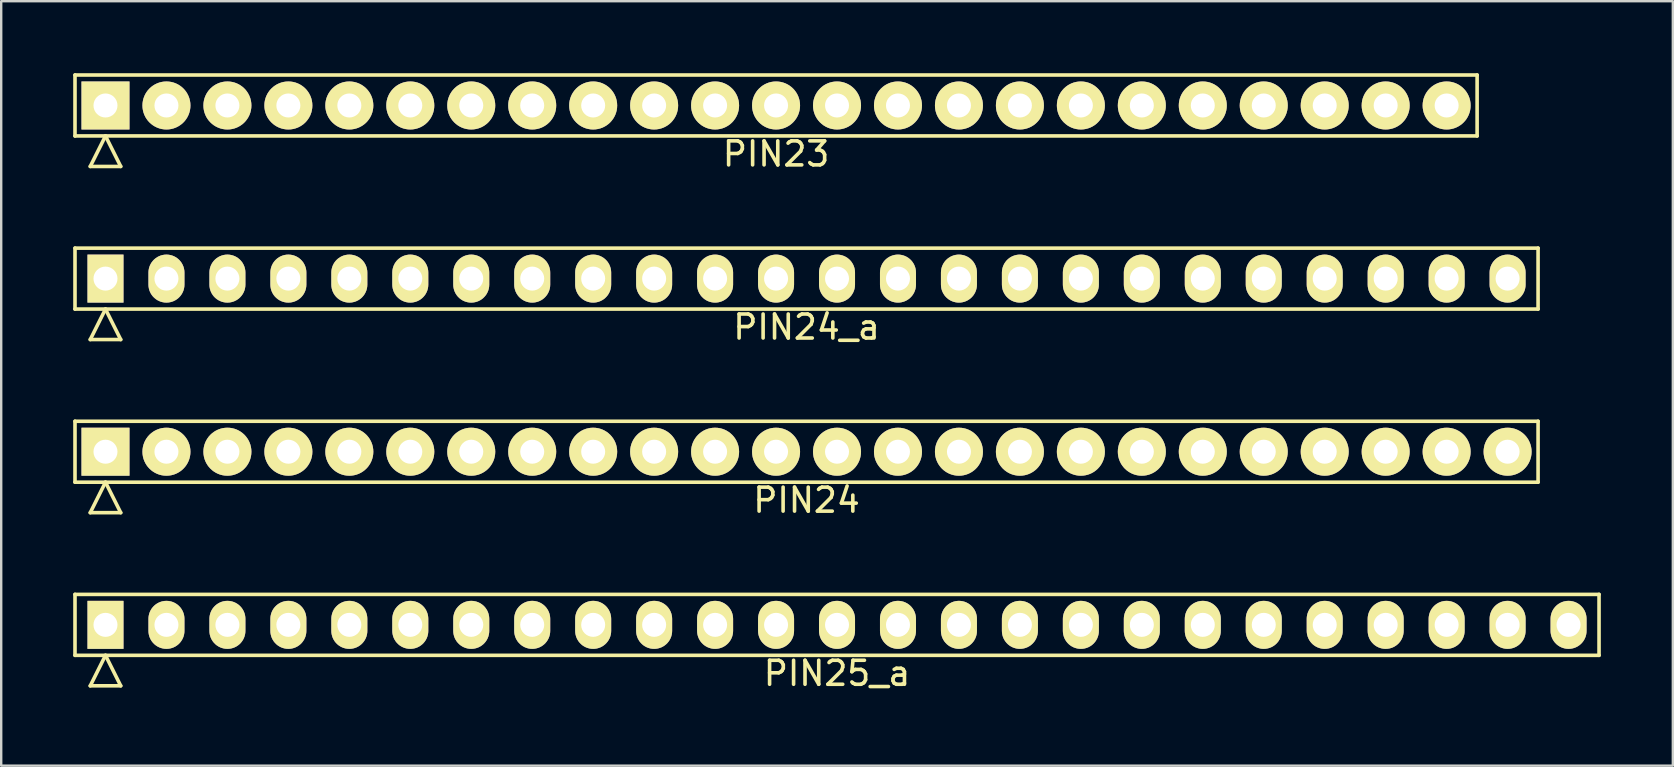
<source format=kicad_pcb>
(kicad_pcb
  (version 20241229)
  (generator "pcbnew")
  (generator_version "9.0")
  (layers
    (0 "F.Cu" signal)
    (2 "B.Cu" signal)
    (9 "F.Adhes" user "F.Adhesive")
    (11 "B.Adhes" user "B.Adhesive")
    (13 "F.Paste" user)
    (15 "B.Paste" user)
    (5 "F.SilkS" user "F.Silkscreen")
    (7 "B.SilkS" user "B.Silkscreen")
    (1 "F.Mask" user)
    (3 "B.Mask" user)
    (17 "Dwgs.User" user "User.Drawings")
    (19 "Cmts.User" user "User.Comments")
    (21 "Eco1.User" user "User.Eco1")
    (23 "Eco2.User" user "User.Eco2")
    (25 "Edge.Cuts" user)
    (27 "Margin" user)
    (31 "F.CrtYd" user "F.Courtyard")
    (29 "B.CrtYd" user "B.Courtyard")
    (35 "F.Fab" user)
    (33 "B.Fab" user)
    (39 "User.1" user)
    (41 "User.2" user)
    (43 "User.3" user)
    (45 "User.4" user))
  (footprint "PIN24"
    (layer "F.Cu")
    (at 30.555 15.771)
    (property "Reference" "PIN24" (at 0 2.02 0) (layer "F.SilkS") (effects (font (size 1 1) (thickness 0.15))))
    (attr through_hole)
    (fp_line (start -30.48 -1.27) (end -30.48 1.27) (stroke (width 0.15) (type solid)) (layer "F.SilkS"))
    (fp_line (start -30.48 1.27) (end 30.48 1.27) (stroke (width 0.15) (type solid)) (layer "F.SilkS"))
    (fp_line (start -29.845 2.54) (end -29.21 1.27) (stroke (width 0.15) (type solid)) (layer "F.SilkS"))
    (fp_line (start -29.845 2.54) (end -28.575 2.54) (stroke (width 0.15) (type solid)) (layer "F.SilkS"))
    (fp_line (start -28.575 2.54) (end -29.21 1.27) (stroke (width 0.15) (type solid)) (layer "F.SilkS"))
    (fp_line (start 30.48 -1.27) (end -30.48 -1.27) (stroke (width 0.15) (type solid)) (layer "F.SilkS"))
    (fp_line (start 30.48 1.27) (end 30.48 -1.27) (stroke (width 0.15) (type solid)) (layer "F.SilkS"))
    (pad "1" thru_hole rect (at -29.21 0) (size 2 2) (drill 1) (layers "*.Cu" "*.Mask" "F.SilkS"))
    (pad "2" thru_hole oval (at -26.67 0) (size 2 2) (drill 1) (layers "*.Cu" "*.Mask" "F.SilkS"))
    (pad "3" thru_hole oval (at -24.13 0) (size 2 2) (drill 1) (layers "*.Cu" "*.Mask" "F.SilkS"))
    (pad "4" thru_hole oval (at -21.59 0) (size 2 2) (drill 1) (layers "*.Cu" "*.Mask" "F.SilkS"))
    (pad "5" thru_hole oval (at -19.05 0) (size 2 2) (drill 1) (layers "*.Cu" "*.Mask" "F.SilkS"))
    (pad "6" thru_hole oval (at -16.51 0) (size 2 2) (drill 1) (layers "*.Cu" "*.Mask" "F.SilkS"))
    (pad "7" thru_hole oval (at -13.97 0) (size 2 2) (drill 1) (layers "*.Cu" "*.Mask" "F.SilkS"))
    (pad "8" thru_hole oval (at -11.43 0) (size 2 2) (drill 1) (layers "*.Cu" "*.Mask" "F.SilkS"))
    (pad "9" thru_hole oval (at -8.89 0) (size 2 2) (drill 1) (layers "*.Cu" "*.Mask" "F.SilkS"))
    (pad "10" thru_hole oval (at -6.35 0) (size 2 2) (drill 1) (layers "*.Cu" "*.Mask" "F.SilkS"))
    (pad "11" thru_hole oval (at -3.81 0) (size 2 2) (drill 1) (layers "*.Cu" "*.Mask" "F.SilkS"))
    (pad "12" thru_hole oval (at -1.27 0) (size 2 2) (drill 1) (layers "*.Cu" "*.Mask" "F.SilkS"))
    (pad "13" thru_hole oval (at 1.27 0) (size 2 2) (drill 1) (layers "*.Cu" "*.Mask" "F.SilkS"))
    (pad "14" thru_hole oval (at 3.81 0) (size 2 2) (drill 1) (layers "*.Cu" "*.Mask" "F.SilkS"))
    (pad "15" thru_hole oval (at 6.35 0) (size 2 2) (drill 1) (layers "*.Cu" "*.Mask" "F.SilkS"))
    (pad "16" thru_hole oval (at 8.89 0) (size 2 2) (drill 1) (layers "*.Cu" "*.Mask" "F.SilkS"))
    (pad "17" thru_hole oval (at 11.43 0) (size 2 2) (drill 1) (layers "*.Cu" "*.Mask" "F.SilkS"))
    (pad "18" thru_hole oval (at 13.97 0) (size 2 2) (drill 1) (layers "*.Cu" "*.Mask" "F.SilkS"))
    (pad "19" thru_hole oval (at 16.51 0) (size 2 2) (drill 1) (layers "*.Cu" "*.Mask" "F.SilkS"))
    (pad "20" thru_hole oval (at 19.05 0) (size 2 2) (drill 1) (layers "*.Cu" "*.Mask" "F.SilkS"))
    (pad "21" thru_hole oval (at 21.59 0) (size 2 2) (drill 1) (layers "*.Cu" "*.Mask" "F.SilkS"))
    (pad "22" thru_hole oval (at 24.13 0) (size 2 2) (drill 1) (layers "*.Cu" "*.Mask" "F.SilkS"))
    (pad "23" thru_hole oval (at 26.67 0) (size 2 2) (drill 1) (layers "*.Cu" "*.Mask" "F.SilkS"))
    (pad "24" thru_hole oval (at 29.21 0) (size 2 2) (drill 1) (layers "*.Cu" "*.Mask" "F.SilkS")))
  (footprint "PIN23"
    (layer "F.Cu")
    (at 29.285 1.345)
    (property "Reference" "PIN23" (at 0 2.02 0) (layer "F.SilkS") (effects (font (size 1 1) (thickness 0.15))))
    (attr through_hole)
    (fp_line (start -29.21 -1.27) (end -29.21 1.27) (stroke (width 0.15) (type solid)) (layer "F.SilkS"))
    (fp_line (start -29.21 1.27) (end 29.21 1.27) (stroke (width 0.15) (type solid)) (layer "F.SilkS"))
    (fp_line (start -28.575 2.54) (end -27.94 1.27) (stroke (width 0.15) (type solid)) (layer "F.SilkS"))
    (fp_line (start -28.575 2.54) (end -27.305 2.54) (stroke (width 0.15) (type solid)) (layer "F.SilkS"))
    (fp_line (start -27.305 2.54) (end -27.94 1.27) (stroke (width 0.15) (type solid)) (layer "F.SilkS"))
    (fp_line (start 29.21 -1.27) (end -29.21 -1.27) (stroke (width 0.15) (type solid)) (layer "F.SilkS"))
    (fp_line (start 29.21 1.27) (end 29.21 -1.27) (stroke (width 0.15) (type solid)) (layer "F.SilkS"))
    (pad "1" thru_hole rect (at -27.94 0) (size 2 2) (drill 1) (layers "*.Cu" "*.Mask" "F.SilkS"))
    (pad "2" thru_hole oval (at -25.4 0) (size 2 2) (drill 1) (layers "*.Cu" "*.Mask" "F.SilkS"))
    (pad "3" thru_hole oval (at -22.86 0) (size 2 2) (drill 1) (layers "*.Cu" "*.Mask" "F.SilkS"))
    (pad "4" thru_hole oval (at -20.32 0) (size 2 2) (drill 1) (layers "*.Cu" "*.Mask" "F.SilkS"))
    (pad "5" thru_hole oval (at -17.78 0) (size 2 2) (drill 1) (layers "*.Cu" "*.Mask" "F.SilkS"))
    (pad "6" thru_hole oval (at -15.24 0) (size 2 2) (drill 1) (layers "*.Cu" "*.Mask" "F.SilkS"))
    (pad "7" thru_hole oval (at -12.7 0) (size 2 2) (drill 1) (layers "*.Cu" "*.Mask" "F.SilkS"))
    (pad "8" thru_hole oval (at -10.16 0) (size 2 2) (drill 1) (layers "*.Cu" "*.Mask" "F.SilkS"))
    (pad "9" thru_hole oval (at -7.62 0) (size 2 2) (drill 1) (layers "*.Cu" "*.Mask" "F.SilkS"))
    (pad "10" thru_hole oval (at -5.08 0) (size 2 2) (drill 1) (layers "*.Cu" "*.Mask" "F.SilkS"))
    (pad "11" thru_hole oval (at -2.54 0) (size 2 2) (drill 1) (layers "*.Cu" "*.Mask" "F.SilkS"))
    (pad "12" thru_hole oval (at 0 0) (size 2 2) (drill 1) (layers "*.Cu" "*.Mask" "F.SilkS"))
    (pad "13" thru_hole oval (at 2.54 0) (size 2 2) (drill 1) (layers "*.Cu" "*.Mask" "F.SilkS"))
    (pad "14" thru_hole oval (at 5.08 0) (size 2 2) (drill 1) (layers "*.Cu" "*.Mask" "F.SilkS"))
    (pad "15" thru_hole oval (at 7.62 0) (size 2 2) (drill 1) (layers "*.Cu" "*.Mask" "F.SilkS"))
    (pad "16" thru_hole oval (at 10.16 0) (size 2 2) (drill 1) (layers "*.Cu" "*.Mask" "F.SilkS"))
    (pad "17" thru_hole oval (at 12.7 0) (size 2 2) (drill 1) (layers "*.Cu" "*.Mask" "F.SilkS"))
    (pad "18" thru_hole oval (at 15.24 0) (size 2 2) (drill 1) (layers "*.Cu" "*.Mask" "F.SilkS"))
    (pad "19" thru_hole oval (at 17.78 0) (size 2 2) (drill 1) (layers "*.Cu" "*.Mask" "F.SilkS"))
    (pad "20" thru_hole oval (at 20.32 0) (size 2 2) (drill 1) (layers "*.Cu" "*.Mask" "F.SilkS"))
    (pad "21" thru_hole oval (at 22.86 0) (size 2 2) (drill 1) (layers "*.Cu" "*.Mask" "F.SilkS"))
    (pad "22" thru_hole oval (at 25.4 0) (size 2 2) (drill 1) (layers "*.Cu" "*.Mask" "F.SilkS"))
    (pad "23" thru_hole oval (at 27.94 0) (size 2 2) (drill 1) (layers "*.Cu" "*.Mask" "F.SilkS")))
  (footprint "PIN25_a"
    (layer "F.Cu")
    (at 31.825 22.985)
    (property "Reference" "PIN25_a" (at 0 2.02 0) (layer "F.SilkS") (effects (font (size 1 1) (thickness 0.15))))
    (attr through_hole)
    (fp_line (start -31.75 -1.27) (end -31.75 1.27) (stroke (width 0.15) (type solid)) (layer "F.SilkS"))
    (fp_line (start -31.75 1.27) (end 31.75 1.27) (stroke (width 0.15) (type solid)) (layer "F.SilkS"))
    (fp_line (start -31.115 2.54) (end -30.48 1.27) (stroke (width 0.15) (type solid)) (layer "F.SilkS"))
    (fp_line (start -31.115 2.54) (end -29.845 2.54) (stroke (width 0.15) (type solid)) (layer "F.SilkS"))
    (fp_line (start -29.845 2.54) (end -30.48 1.27) (stroke (width 0.15) (type solid)) (layer "F.SilkS"))
    (fp_line (start 31.75 -1.27) (end -31.75 -1.27) (stroke (width 0.15) (type solid)) (layer "F.SilkS"))
    (fp_line (start 31.75 1.27) (end 31.75 -1.27) (stroke (width 0.15) (type solid)) (layer "F.SilkS"))
    (pad "1" thru_hole rect (at -30.48 0) (size 1.5 2) (drill 1) (layers "*.Cu" "*.Mask" "F.SilkS"))
    (pad "2" thru_hole oval (at -27.94 0) (size 1.5 2) (drill 1) (layers "*.Cu" "*.Mask" "F.SilkS"))
    (pad "3" thru_hole oval (at -25.4 0) (size 1.5 2) (drill 1) (layers "*.Cu" "*.Mask" "F.SilkS"))
    (pad "4" thru_hole oval (at -22.86 0) (size 1.5 2) (drill 1) (layers "*.Cu" "*.Mask" "F.SilkS"))
    (pad "5" thru_hole oval (at -20.32 0) (size 1.5 2) (drill 1) (layers "*.Cu" "*.Mask" "F.SilkS"))
    (pad "6" thru_hole oval (at -17.78 0) (size 1.5 2) (drill 1) (layers "*.Cu" "*.Mask" "F.SilkS"))
    (pad "7" thru_hole oval (at -15.24 0) (size 1.5 2) (drill 1) (layers "*.Cu" "*.Mask" "F.SilkS"))
    (pad "8" thru_hole oval (at -12.7 0) (size 1.5 2) (drill 1) (layers "*.Cu" "*.Mask" "F.SilkS"))
    (pad "9" thru_hole oval (at -10.16 0) (size 1.5 2) (drill 1) (layers "*.Cu" "*.Mask" "F.SilkS"))
    (pad "10" thru_hole oval (at -7.62 0) (size 1.5 2) (drill 1) (layers "*.Cu" "*.Mask" "F.SilkS"))
    (pad "11" thru_hole oval (at -5.08 0) (size 1.5 2) (drill 1) (layers "*.Cu" "*.Mask" "F.SilkS"))
    (pad "12" thru_hole oval (at -2.54 0) (size 1.5 2) (drill 1) (layers "*.Cu" "*.Mask" "F.SilkS"))
    (pad "13" thru_hole oval (at 0 0) (size 1.5 2) (drill 1) (layers "*.Cu" "*.Mask" "F.SilkS"))
    (pad "14" thru_hole oval (at 2.54 0) (size 1.5 2) (drill 1) (layers "*.Cu" "*.Mask" "F.SilkS"))
    (pad "15" thru_hole oval (at 5.08 0) (size 1.5 2) (drill 1) (layers "*.Cu" "*.Mask" "F.SilkS"))
    (pad "16" thru_hole oval (at 7.62 0) (size 1.5 2) (drill 1) (layers "*.Cu" "*.Mask" "F.SilkS"))
    (pad "17" thru_hole oval (at 10.16 0) (size 1.5 2) (drill 1) (layers "*.Cu" "*.Mask" "F.SilkS"))
    (pad "18" thru_hole oval (at 12.7 0) (size 1.5 2) (drill 1) (layers "*.Cu" "*.Mask" "F.SilkS"))
    (pad "19" thru_hole oval (at 15.24 0) (size 1.5 2) (drill 1) (layers "*.Cu" "*.Mask" "F.SilkS"))
    (pad "20" thru_hole oval (at 17.78 0) (size 1.5 2) (drill 1) (layers "*.Cu" "*.Mask" "F.SilkS"))
    (pad "21" thru_hole oval (at 20.32 0) (size 1.5 2) (drill 1) (layers "*.Cu" "*.Mask" "F.SilkS"))
    (pad "22" thru_hole oval (at 22.86 0) (size 1.5 2) (drill 1) (layers "*.Cu" "*.Mask" "F.SilkS"))
    (pad "23" thru_hole oval (at 25.4 0) (size 1.5 2) (drill 1) (layers "*.Cu" "*.Mask" "F.SilkS"))
    (pad "24" thru_hole oval (at 27.94 0) (size 1.5 2) (drill 1) (layers "*.Cu" "*.Mask" "F.SilkS"))
    (pad "25" thru_hole oval (at 30.48 0) (size 1.5 2) (drill 1) (layers "*.Cu" "*.Mask" "F.SilkS")))
  (footprint "PIN24_a"
    (layer "F.Cu")
    (at 30.555 8.558)
    (property "Reference" "PIN24_a" (at 0 2.02 0) (layer "F.SilkS") (effects (font (size 1 1) (thickness 0.15))))
    (attr through_hole)
    (fp_line (start -30.48 -1.27) (end -30.48 1.27) (stroke (width 0.15) (type solid)) (layer "F.SilkS"))
    (fp_line (start -30.48 1.27) (end 30.48 1.27) (stroke (width 0.15) (type solid)) (layer "F.SilkS"))
    (fp_line (start -29.845 2.54) (end -29.21 1.27) (stroke (width 0.15) (type solid)) (layer "F.SilkS"))
    (fp_line (start -29.845 2.54) (end -28.575 2.54) (stroke (width 0.15) (type solid)) (layer "F.SilkS"))
    (fp_line (start -28.575 2.54) (end -29.21 1.27) (stroke (width 0.15) (type solid)) (layer "F.SilkS"))
    (fp_line (start 30.48 -1.27) (end -30.48 -1.27) (stroke (width 0.15) (type solid)) (layer "F.SilkS"))
    (fp_line (start 30.48 1.27) (end 30.48 -1.27) (stroke (width 0.15) (type solid)) (layer "F.SilkS"))
    (pad "1" thru_hole rect (at -29.21 0) (size 1.5 2) (drill 1) (layers "*.Cu" "*.Mask" "F.SilkS"))
    (pad "2" thru_hole oval (at -26.67 0) (size 1.5 2) (drill 1) (layers "*.Cu" "*.Mask" "F.SilkS"))
    (pad "3" thru_hole oval (at -24.13 0) (size 1.5 2) (drill 1) (layers "*.Cu" "*.Mask" "F.SilkS"))
    (pad "4" thru_hole oval (at -21.59 0) (size 1.5 2) (drill 1) (layers "*.Cu" "*.Mask" "F.SilkS"))
    (pad "5" thru_hole oval (at -19.05 0) (size 1.5 2) (drill 1) (layers "*.Cu" "*.Mask" "F.SilkS"))
    (pad "6" thru_hole oval (at -16.51 0) (size 1.5 2) (drill 1) (layers "*.Cu" "*.Mask" "F.SilkS"))
    (pad "7" thru_hole oval (at -13.97 0) (size 1.5 2) (drill 1) (layers "*.Cu" "*.Mask" "F.SilkS"))
    (pad "8" thru_hole oval (at -11.43 0) (size 1.5 2) (drill 1) (layers "*.Cu" "*.Mask" "F.SilkS"))
    (pad "9" thru_hole oval (at -8.89 0) (size 1.5 2) (drill 1) (layers "*.Cu" "*.Mask" "F.SilkS"))
    (pad "10" thru_hole oval (at -6.35 0) (size 1.5 2) (drill 1) (layers "*.Cu" "*.Mask" "F.SilkS"))
    (pad "11" thru_hole oval (at -3.81 0) (size 1.5 2) (drill 1) (layers "*.Cu" "*.Mask" "F.SilkS"))
    (pad "12" thru_hole oval (at -1.27 0) (size 1.5 2) (drill 1) (layers "*.Cu" "*.Mask" "F.SilkS"))
    (pad "13" thru_hole oval (at 1.27 0) (size 1.5 2) (drill 1) (layers "*.Cu" "*.Mask" "F.SilkS"))
    (pad "14" thru_hole oval (at 3.81 0) (size 1.5 2) (drill 1) (layers "*.Cu" "*.Mask" "F.SilkS"))
    (pad "15" thru_hole oval (at 6.35 0) (size 1.5 2) (drill 1) (layers "*.Cu" "*.Mask" "F.SilkS"))
    (pad "16" thru_hole oval (at 8.89 0) (size 1.5 2) (drill 1) (layers "*.Cu" "*.Mask" "F.SilkS"))
    (pad "17" thru_hole oval (at 11.43 0) (size 1.5 2) (drill 1) (layers "*.Cu" "*.Mask" "F.SilkS"))
    (pad "18" thru_hole oval (at 13.97 0) (size 1.5 2) (drill 1) (layers "*.Cu" "*.Mask" "F.SilkS"))
    (pad "19" thru_hole oval (at 16.51 0) (size 1.5 2) (drill 1) (layers "*.Cu" "*.Mask" "F.SilkS"))
    (pad "20" thru_hole oval (at 19.05 0) (size 1.5 2) (drill 1) (layers "*.Cu" "*.Mask" "F.SilkS"))
    (pad "21" thru_hole oval (at 21.59 0) (size 1.5 2) (drill 1) (layers "*.Cu" "*.Mask" "F.SilkS"))
    (pad "22" thru_hole oval (at 24.13 0) (size 1.5 2) (drill 1) (layers "*.Cu" "*.Mask" "F.SilkS"))
    (pad "23" thru_hole oval (at 26.67 0) (size 1.5 2) (drill 1) (layers "*.Cu" "*.Mask" "F.SilkS"))
    (pad "24" thru_hole oval (at 29.21 0) (size 1.5 2) (drill 1) (layers "*.Cu" "*.Mask" "F.SilkS")))
  (gr_rect
    (start -3 -3)
    (end 66.65 28.853)
    (stroke (width 0.1) (type default))
    (fill no)
    (layer "Edge.Cuts")))
</source>
